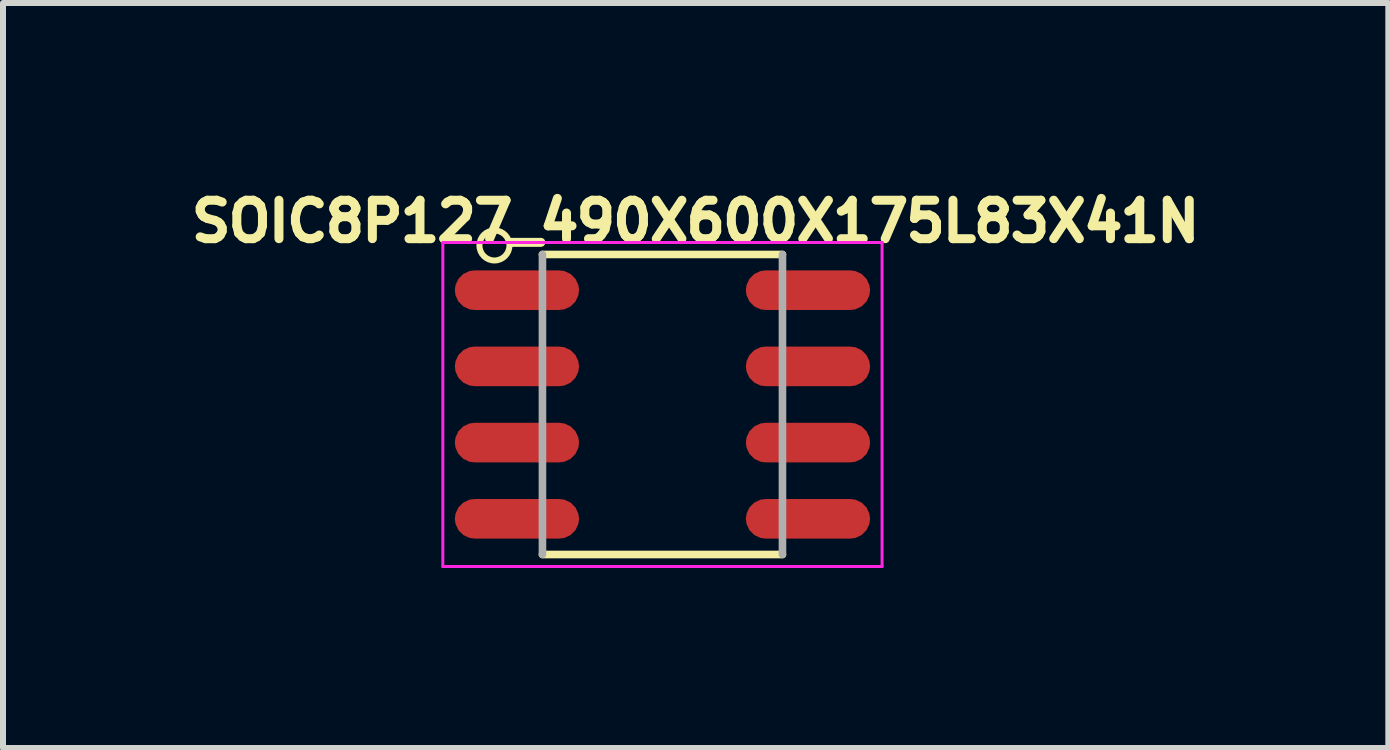
<source format=kicad_pcb>
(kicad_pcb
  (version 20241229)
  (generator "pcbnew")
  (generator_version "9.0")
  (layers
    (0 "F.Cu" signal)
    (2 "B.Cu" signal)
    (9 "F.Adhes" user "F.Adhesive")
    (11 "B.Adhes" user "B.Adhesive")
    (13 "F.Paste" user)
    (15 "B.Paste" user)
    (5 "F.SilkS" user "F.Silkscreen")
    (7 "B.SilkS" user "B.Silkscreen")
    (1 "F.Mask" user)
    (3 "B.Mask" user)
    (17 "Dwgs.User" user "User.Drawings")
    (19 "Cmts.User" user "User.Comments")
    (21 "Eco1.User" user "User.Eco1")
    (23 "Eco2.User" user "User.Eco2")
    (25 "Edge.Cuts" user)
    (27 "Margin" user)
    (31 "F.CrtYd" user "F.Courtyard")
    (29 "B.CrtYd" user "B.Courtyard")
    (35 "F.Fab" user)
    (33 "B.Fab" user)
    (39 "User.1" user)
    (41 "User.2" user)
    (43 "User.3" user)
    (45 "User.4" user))
  (footprint "SOIC8P127_490X600X175L83X41N"
    (layer "F.Cu")
    (at 7.99 3.691)
    (property "Reference" "SOIC8P127_490X600X175L83X41N" (at 0.553 -3.052 0) (layer "F.SilkS") (effects (font (size 0.641 0.641) (thickness 0.15))))
    (attr through_hole)
    (fp_line (start -2 -2.5) (end 2 -2.5) (stroke (width 0.127) (type solid)) (layer "F.SilkS"))
    (fp_line (start 2 2.5) (end -2 2.5) (stroke (width 0.127) (type solid)) (layer "F.SilkS"))
    (fp_circle (center -2.8 -2.65) (end -2.55 -2.65) (stroke (width 0.1) (type solid)) (fill no) (layer "F.SilkS"))
    (fp_line (start -3.66 -2.7) (end -3.66 2.7) (stroke (width 0.05) (type solid)) (layer "F.CrtYd"))
    (fp_line (start -3.66 2.7) (end 3.66 2.7) (stroke (width 0.05) (type solid)) (layer "F.CrtYd"))
    (fp_line (start 3.66 -2.7) (end -3.66 -2.7) (stroke (width 0.05) (type solid)) (layer "F.CrtYd"))
    (fp_line (start 3.66 2.7) (end 3.66 -2.7) (stroke (width 0.05) (type solid)) (layer "F.CrtYd"))
    (fp_line (start -2 2.5) (end -2 -2.5) (stroke (width 0.127) (type solid)) (layer "F.Fab"))
    (fp_line (start 2 -2.5) (end 2 2.5) (stroke (width 0.127) (type solid)) (layer "F.Fab"))
    (pad "1" smd roundrect (at -2.425 -1.905) (size 2.07 0.66) (layers "F.Cu" "F.Mask" "F.Paste") (roundrect_rratio 0.5))
    (pad "2" smd roundrect (at -2.425 -0.635) (size 2.07 0.66) (layers "F.Cu" "F.Mask" "F.Paste") (roundrect_rratio 0.5))
    (pad "3" smd roundrect (at -2.425 0.635) (size 2.07 0.66) (layers "F.Cu" "F.Mask" "F.Paste") (roundrect_rratio 0.5))
    (pad "4" smd roundrect (at -2.425 1.905) (size 2.07 0.66) (layers "F.Cu" "F.Mask" "F.Paste") (roundrect_rratio 0.5))
    (pad "5" smd roundrect (at 2.425 1.905) (size 2.07 0.66) (layers "F.Cu" "F.Mask" "F.Paste") (roundrect_rratio 0.5))
    (pad "6" smd roundrect (at 2.425 0.635) (size 2.07 0.66) (layers "F.Cu" "F.Mask" "F.Paste") (roundrect_rratio 0.5))
    (pad "7" smd roundrect (at 2.425 -0.635) (size 2.07 0.66) (layers "F.Cu" "F.Mask" "F.Paste") (roundrect_rratio 0.5))
    (pad "8" smd roundrect (at 2.425 -1.905) (size 2.07 0.66) (layers "F.Cu" "F.Mask" "F.Paste") (roundrect_rratio 0.5)))
  (gr_rect
    (start -3 -3)
    (end 20.087 9.416)
    (stroke (width 0.1) (type default))
    (fill no)
    (layer "Edge.Cuts")))
</source>
